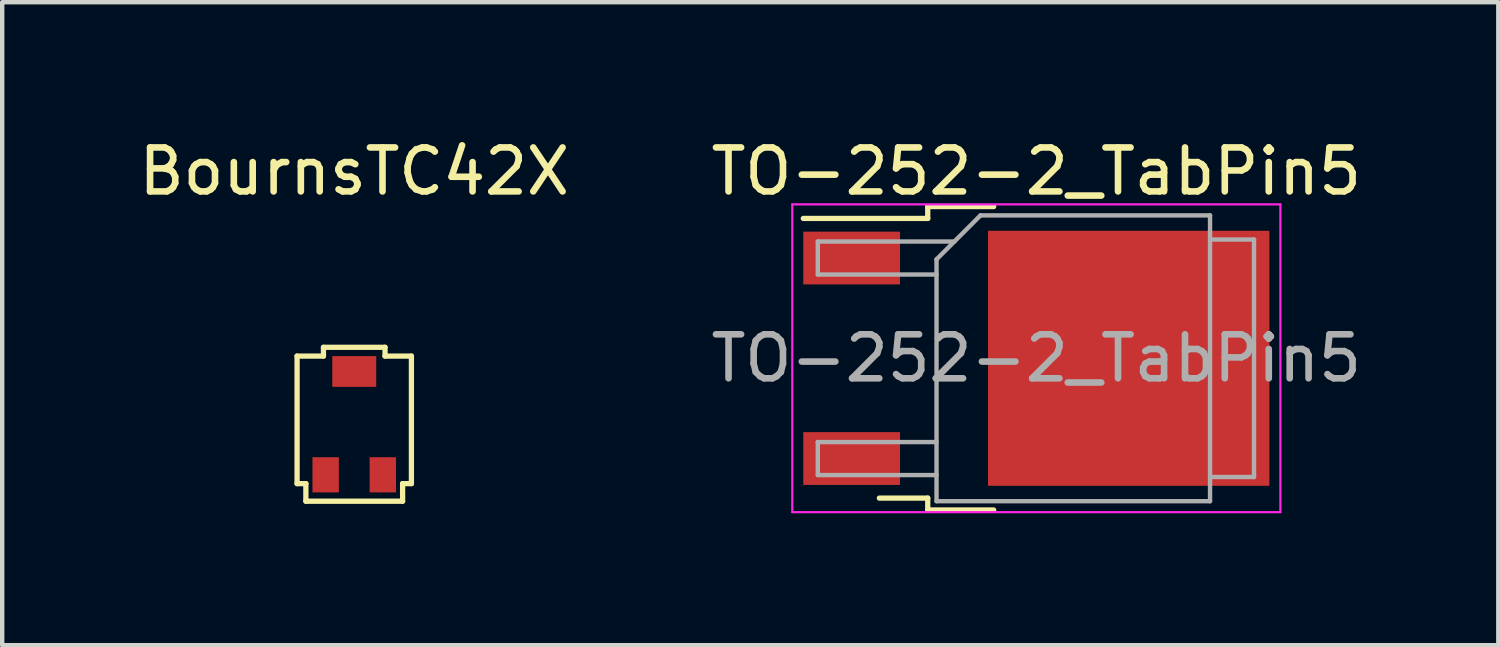
<source format=kicad_pcb>
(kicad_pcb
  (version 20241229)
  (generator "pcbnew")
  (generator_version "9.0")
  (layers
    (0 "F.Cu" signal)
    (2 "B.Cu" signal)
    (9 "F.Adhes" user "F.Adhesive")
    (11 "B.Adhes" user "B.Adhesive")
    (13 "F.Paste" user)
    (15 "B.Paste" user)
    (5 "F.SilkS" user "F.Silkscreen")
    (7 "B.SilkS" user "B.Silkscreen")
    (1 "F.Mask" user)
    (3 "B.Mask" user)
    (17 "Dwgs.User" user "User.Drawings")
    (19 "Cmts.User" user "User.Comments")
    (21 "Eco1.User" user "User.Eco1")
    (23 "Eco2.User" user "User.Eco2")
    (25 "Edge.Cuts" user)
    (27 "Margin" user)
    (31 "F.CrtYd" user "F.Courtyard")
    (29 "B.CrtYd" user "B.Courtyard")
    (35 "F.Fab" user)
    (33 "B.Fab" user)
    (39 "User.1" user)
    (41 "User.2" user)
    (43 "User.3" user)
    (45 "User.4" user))
  (footprint "BournsTC42X"
    (layer "F.Cu")
    (at 5.006 6.348)
    (property "Reference" "BournsTC42X" (at 0 -5.5 0) (layer "F.SilkS") (effects (font (size 1 1) (thickness 0.15))))
    (attr through_hole)
    (fp_line (start -1.3 -1.3) (end -1.3 1.6) (stroke (width 0.12) (type solid)) (layer "F.SilkS"))
    (fp_line (start -1.3 -1.3) (end -0.7 -1.3) (stroke (width 0.12) (type solid)) (layer "F.SilkS"))
    (fp_line (start -1.1 1.6) (end -1.3 1.6) (stroke (width 0.12) (type solid)) (layer "F.SilkS"))
    (fp_line (start -1.1 2) (end -1.1 1.6) (stroke (width 0.12) (type solid)) (layer "F.SilkS"))
    (fp_line (start -1.1 2) (end 1.1 2) (stroke (width 0.12) (type solid)) (layer "F.SilkS"))
    (fp_line (start -0.7 -1.3) (end -0.7 -1.5) (stroke (width 0.12) (type solid)) (layer "F.SilkS"))
    (fp_line (start 0.7 -1.5) (end -0.7 -1.5) (stroke (width 0.12) (type solid)) (layer "F.SilkS"))
    (fp_line (start 0.7 -1.3) (end 0.7 -1.5) (stroke (width 0.12) (type solid)) (layer "F.SilkS"))
    (fp_line (start 1.1 1.6) (end 1.3 1.6) (stroke (width 0.12) (type solid)) (layer "F.SilkS"))
    (fp_line (start 1.1 2) (end 1.1 1.6) (stroke (width 0.12) (type solid)) (layer "F.SilkS"))
    (fp_line (start 1.3 -1.3) (end 0.7 -1.3) (stroke (width 0.12) (type solid)) (layer "F.SilkS"))
    (fp_line (start 1.3 1.6) (end 1.3 -1.3) (stroke (width 0.12) (type solid)) (layer "F.SilkS"))
    (pad "1" smd rect (at 0 -0.95) (size 1 0.7) (layers "F.Cu" "F.Mask" "F.Paste"))
    (pad "2" smd rect (at 0.65 1.4) (size 0.6 0.8) (layers "F.Cu" "F.Mask" "F.Paste"))
    (pad "3" smd rect (at -0.65 1.4) (size 0.6 0.8) (layers "F.Cu" "F.Mask" "F.Paste")))
  (footprint "TO-252-2_TabPin5"
    (layer "F.Cu")
    (at 20.518 5.098)
    (property "Reference" "TO-252-2_TabPin5" (at 0 -4.25 0) (layer "F.SilkS") (effects (font (size 1 1) (thickness 0.15))))
    (attr through_hole)
    (fp_line (start -2.47 -3.45) (end -2.47 -3.18) (stroke (width 0.12) (type solid)) (layer "F.SilkS"))
    (fp_line (start -2.47 -3.18) (end -5.3 -3.18) (stroke (width 0.12) (type solid)) (layer "F.SilkS"))
    (fp_line (start -2.47 3.18) (end -3.57 3.18) (stroke (width 0.12) (type solid)) (layer "F.SilkS"))
    (fp_line (start -2.47 3.45) (end -2.47 3.18) (stroke (width 0.12) (type solid)) (layer "F.SilkS"))
    (fp_line (start -0.97 -3.45) (end -2.47 -3.45) (stroke (width 0.12) (type solid)) (layer "F.SilkS"))
    (fp_line (start -0.97 3.45) (end -2.47 3.45) (stroke (width 0.12) (type solid)) (layer "F.SilkS"))
    (fp_line (start -5.55 -3.5) (end -5.55 3.5) (stroke (width 0.05) (type solid)) (layer "F.CrtYd"))
    (fp_line (start -5.55 3.5) (end 5.55 3.5) (stroke (width 0.05) (type solid)) (layer "F.CrtYd"))
    (fp_line (start 5.55 -3.5) (end -5.55 -3.5) (stroke (width 0.05) (type solid)) (layer "F.CrtYd"))
    (fp_line (start 5.55 3.5) (end 5.55 -3.5) (stroke (width 0.05) (type solid)) (layer "F.CrtYd"))
    (fp_line (start -4.97 -2.655) (end -4.97 -1.905) (stroke (width 0.1) (type solid)) (layer "F.Fab"))
    (fp_line (start -4.97 -1.905) (end -2.27 -1.905) (stroke (width 0.1) (type solid)) (layer "F.Fab"))
    (fp_line (start -4.97 1.905) (end -4.97 2.655) (stroke (width 0.1) (type solid)) (layer "F.Fab"))
    (fp_line (start -4.97 2.655) (end -2.27 2.655) (stroke (width 0.1) (type solid)) (layer "F.Fab"))
    (fp_line (start -2.27 -2.25) (end -1.27 -3.25) (stroke (width 0.1) (type solid)) (layer "F.Fab"))
    (fp_line (start -2.27 1.905) (end -4.97 1.905) (stroke (width 0.1) (type solid)) (layer "F.Fab"))
    (fp_line (start -2.27 3.25) (end -2.27 -2.25) (stroke (width 0.1) (type solid)) (layer "F.Fab"))
    (fp_line (start -1.865 -2.655) (end -4.97 -2.655) (stroke (width 0.1) (type solid)) (layer "F.Fab"))
    (fp_line (start -1.27 -3.25) (end 3.95 -3.25) (stroke (width 0.1) (type solid)) (layer "F.Fab"))
    (fp_line (start 3.95 -3.25) (end 3.95 3.25) (stroke (width 0.1) (type solid)) (layer "F.Fab"))
    (fp_line (start 3.95 -2.7) (end 4.95 -2.7) (stroke (width 0.1) (type solid)) (layer "F.Fab"))
    (fp_line (start 3.95 3.25) (end -2.27 3.25) (stroke (width 0.1) (type solid)) (layer "F.Fab"))
    (fp_line (start 4.95 -2.7) (end 4.95 2.7) (stroke (width 0.1) (type solid)) (layer "F.Fab"))
    (fp_line (start 4.95 2.7) (end 3.95 2.7) (stroke (width 0.1) (type solid)) (layer "F.Fab"))
    (fp_text user "${REFERENCE}" (at 0 0 0) (layer "F.Fab") (effects (font (size 1 1) (thickness 0.15))))
    (pad "" smd rect (at 0.425 -1.525) (size 3.05 2.75) (layers "F.Paste"))
    (pad "" smd rect (at 0.425 1.525) (size 3.05 2.75) (layers "F.Paste"))
    (pad "" smd rect (at 3.775 -1.525) (size 3.05 2.75) (layers "F.Paste"))
    (pad "" smd rect (at 3.775 1.525) (size 3.05 2.75) (layers "F.Paste"))
    (pad "1" smd rect (at -4.2 2.28) (size 2.2 1.2) (layers "F.Cu" "F.Mask" "F.Paste"))
    (pad "4" smd rect (at -4.2 -2.28) (size 2.2 1.2) (layers "F.Cu" "F.Mask" "F.Paste"))
    (pad "5" smd rect (at 2.1 0) (size 6.4 5.8) (layers "F.Cu" "F.Mask")))
  (gr_rect
    (start -3 -3)
    (end 31.024 11.623)
    (stroke (width 0.1) (type default))
    (fill no)
    (layer "Edge.Cuts")))
</source>
